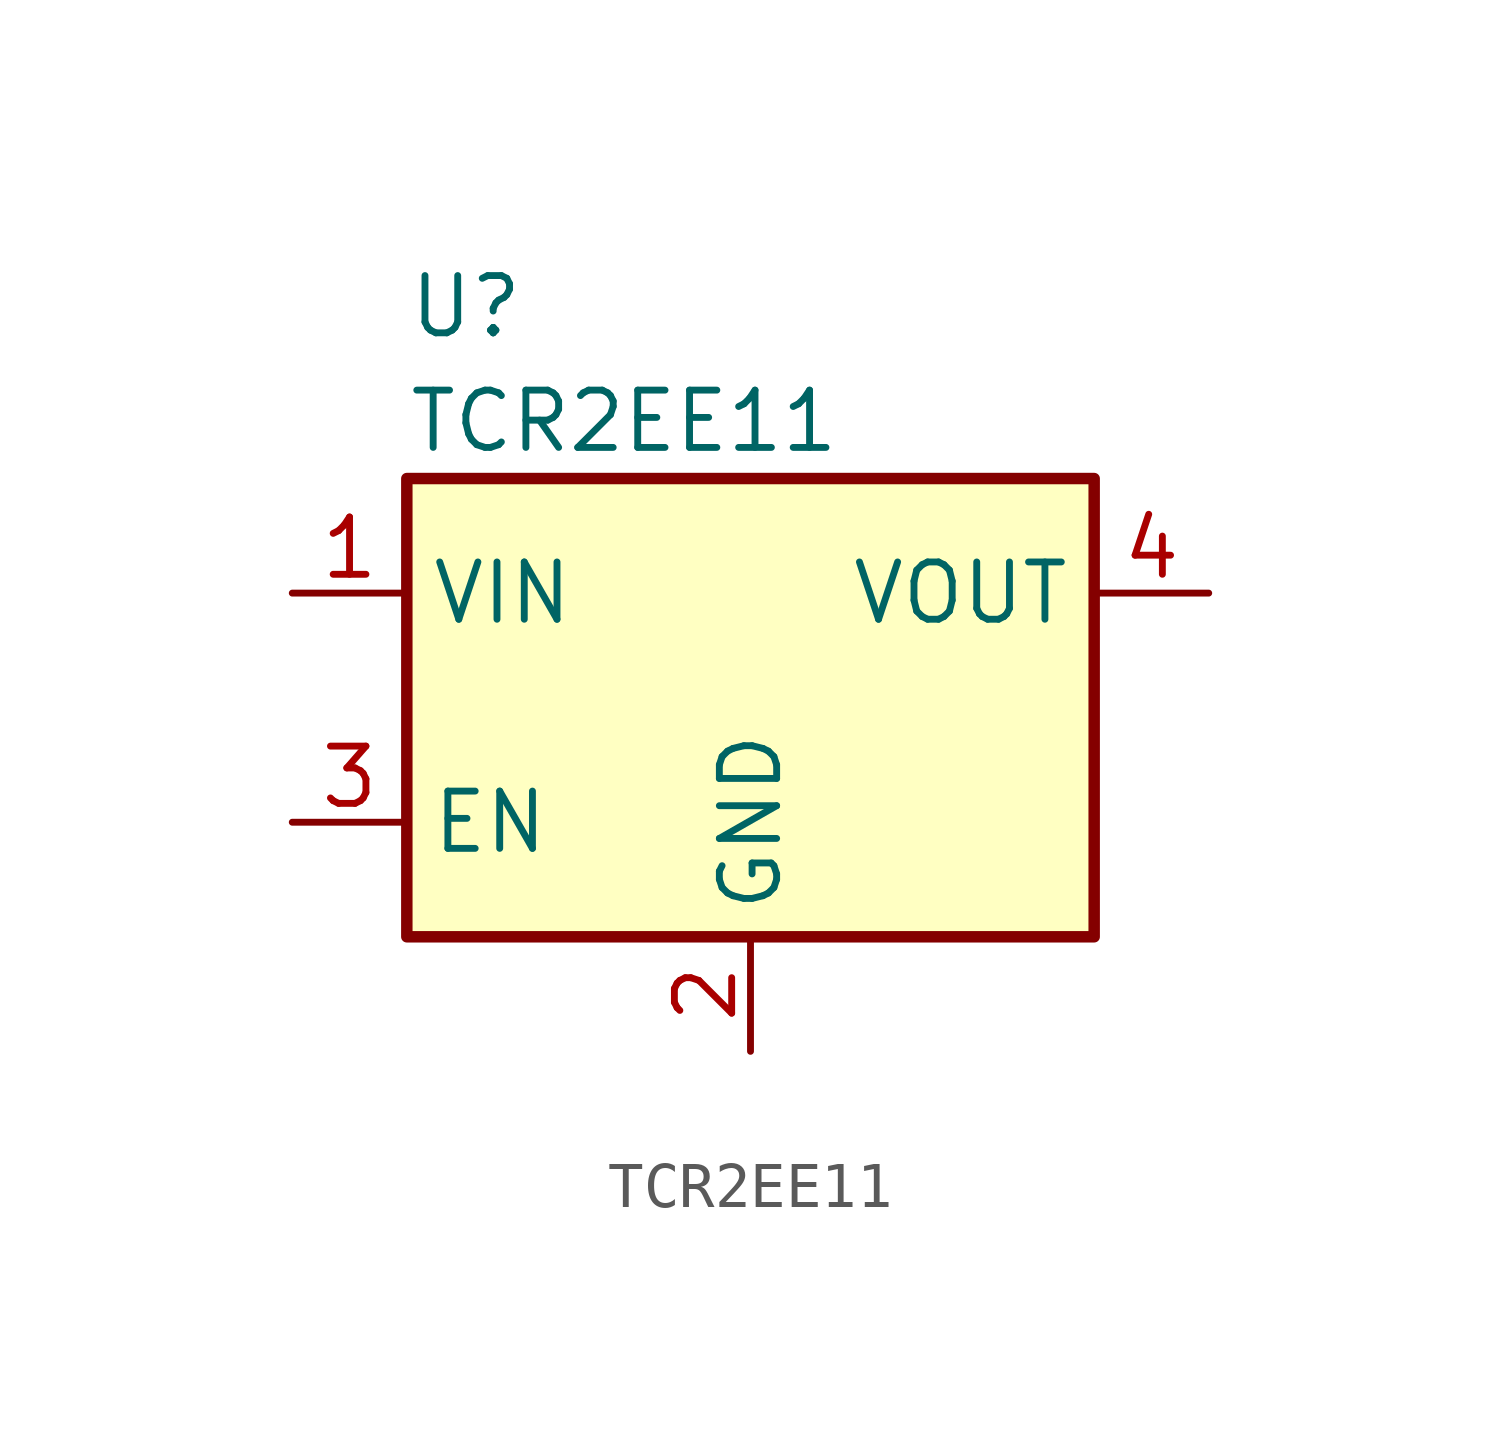
<source format=kicad_sym>
(kicad_symbol_lib
  (version 20211014)
  (generator kicad_symbol_editor)
  (symbol "TCR2EE11"
    (property "Reference" "U"
      (at -7.62 8.89 0)
      (effects (font (size 1.27 1.27)) (justify left)))
    (property "Value" "TCR2EE11"
      (at -7.62 6.35 0)
      (effects (font (size 1.27 1.27)) (justify left)))
    (symbol "TCR2EE11_0_1"
      (rectangle (start -7.62 -5.08) (end 7.62 5.08) (stroke (width 0.254) (type default) (color 0 0 0 0)) (fill (type background))))
    (symbol "TCR2EE11_1_1"
      (pin power_in line (at -10.16 2.54 0) (length 2.54) (name "VIN" (effects (font (size 1.27 1.27)))) (number "1" (effects (font (size 1.27 1.27)))))
      (pin power_in line (at 0 -7.62 90) (length 2.54) (name "GND" (effects (font (size 1.27 1.27)))) (number "2" (effects (font (size 1.27 1.27)))))
      (pin input line (at -10.16 -2.54 0) (length 2.54) (name "EN" (effects (font (size 1.27 1.27)))) (number "3" (effects (font (size 1.27 1.27)))))
      (pin power_out line (at 10.16 2.54 180) (length 2.54) (name "VOUT" (effects (font (size 1.27 1.27)))) (number "4" (effects (font (size 1.27 1.27)))))
      (pin no_connect line (at 7.62 -2.54 180) (length 2.54) hide (name "NC" (effects (font (size 1.27 1.27)))) (number "5" (effects (font (size 1.27 1.27))))))))
</source>
